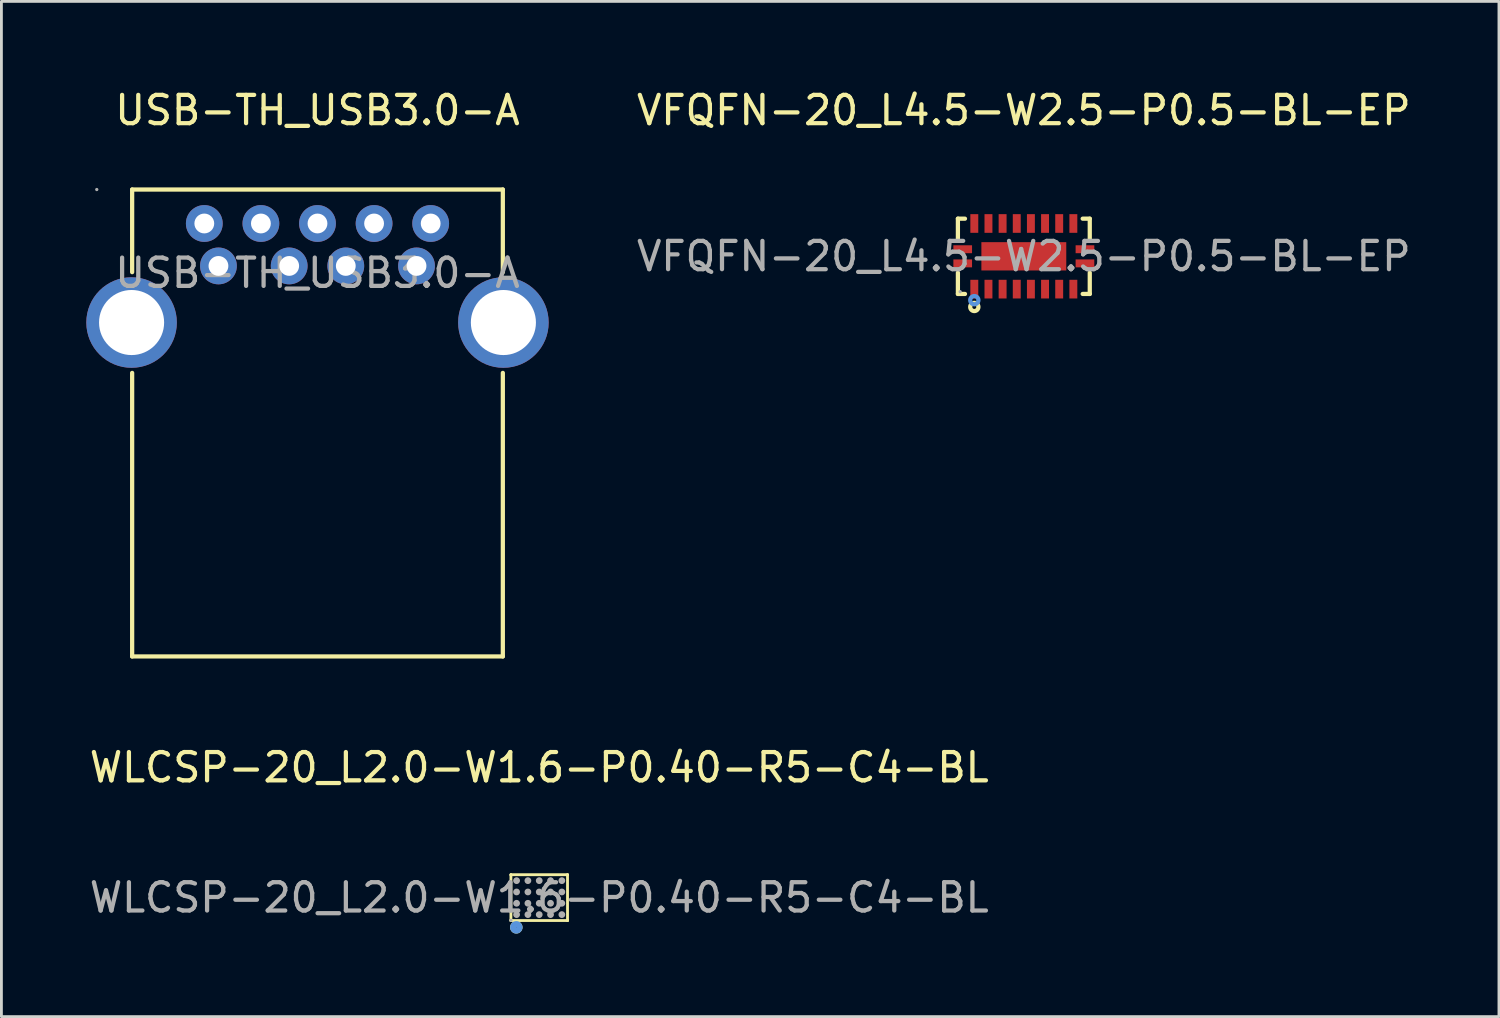
<source format=kicad_pcb>
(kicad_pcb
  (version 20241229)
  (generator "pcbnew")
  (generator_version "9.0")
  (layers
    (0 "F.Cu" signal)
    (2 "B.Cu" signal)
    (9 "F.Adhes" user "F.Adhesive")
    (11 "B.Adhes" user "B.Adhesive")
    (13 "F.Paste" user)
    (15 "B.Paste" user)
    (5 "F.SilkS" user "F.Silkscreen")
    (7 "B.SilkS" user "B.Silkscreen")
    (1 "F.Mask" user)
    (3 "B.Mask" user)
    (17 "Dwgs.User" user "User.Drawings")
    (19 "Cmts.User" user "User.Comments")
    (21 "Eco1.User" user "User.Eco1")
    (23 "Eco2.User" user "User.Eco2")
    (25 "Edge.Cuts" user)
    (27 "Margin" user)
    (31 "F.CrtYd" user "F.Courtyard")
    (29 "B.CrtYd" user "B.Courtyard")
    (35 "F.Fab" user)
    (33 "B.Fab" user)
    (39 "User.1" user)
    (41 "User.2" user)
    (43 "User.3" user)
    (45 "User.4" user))
  (footprint "WLCSP-20_L2.0-W1.6-P0.40-R5-C4-BL"
    (layer "F.Cu")
    (at 16.006 28.672)
    (property "Reference" "WLCSP-20_L2.0-W1.6-P0.40-R5-C4-BL" (at 0 -4.6 0) (layer "F.SilkS") (effects (font (size 1 1) (thickness 0.15))))
    (attr smd)
    (fp_line (start -1 -0.81) (end -1 -0.8) (stroke (width 0.1) (type solid)) (layer "F.SilkS"))
    (fp_line (start -1 -0.81) (end -1 0.81) (stroke (width 0.1) (type solid)) (layer "F.SilkS"))
    (fp_line (start -1 -0.81) (end 1 -0.81) (stroke (width 0.1) (type solid)) (layer "F.SilkS"))
    (fp_line (start -1 0.8) (end -1 0.81) (stroke (width 0.1) (type solid)) (layer "F.SilkS"))
    (fp_line (start -1 0.81) (end 1 0.81) (stroke (width 0.1) (type solid)) (layer "F.SilkS"))
    (fp_line (start 1 -0.81) (end 1 -0.8) (stroke (width 0.1) (type solid)) (layer "F.SilkS"))
    (fp_line (start 1 -0.81) (end 1 0.81) (stroke (width 0.1) (type solid)) (layer "F.SilkS"))
    (fp_line (start 1 0.8) (end 1 0.81) (stroke (width 0.1) (type solid)) (layer "F.SilkS"))
    (fp_circle (center -0.81 1.05) (end -0.74 1.05) (stroke (width 0.15) (type solid)) (fill no) (layer "F.SilkS"))
    (fp_circle (center -0.81 1.05) (end -0.74 1.05) (stroke (width 0.15) (type solid)) (fill no) (layer "Cmts.User"))
    (fp_circle (center -0.81 1.05) (end -0.73 1.05) (stroke (width 0.15) (type solid)) (fill no) (layer "Cmts.User"))
    (fp_circle (center -1 0.8) (end -0.97 0.8) (stroke (width 0.06) (type solid)) (fill no) (layer "F.Fab"))
    (fp_circle (center -0.8 -0.6) (end -0.74 -0.6) (stroke (width 0.12) (type solid)) (fill no) (layer "F.Fab"))
    (fp_circle (center -0.8 -0.2) (end -0.74 -0.2) (stroke (width 0.12) (type solid)) (fill no) (layer "F.Fab"))
    (fp_circle (center -0.8 0.2) (end -0.74 0.2) (stroke (width 0.12) (type solid)) (fill no) (layer "F.Fab"))
    (fp_circle (center -0.8 0.6) (end -0.74 0.6) (stroke (width 0.12) (type solid)) (fill no) (layer "F.Fab"))
    (fp_circle (center -0.4 -0.6) (end -0.34 -0.6) (stroke (width 0.12) (type solid)) (fill no) (layer "F.Fab"))
    (fp_circle (center -0.4 -0.2) (end -0.34 -0.2) (stroke (width 0.12) (type solid)) (fill no) (layer "F.Fab"))
    (fp_circle (center -0.4 0.2) (end -0.34 0.2) (stroke (width 0.12) (type solid)) (fill no) (layer "F.Fab"))
    (fp_circle (center -0.4 0.6) (end -0.34 0.6) (stroke (width 0.12) (type solid)) (fill no) (layer "F.Fab"))
    (fp_circle (center 0 -0.6) (end 0.06 -0.6) (stroke (width 0.12) (type solid)) (fill no) (layer "F.Fab"))
    (fp_circle (center 0 -0.2) (end 0.06 -0.2) (stroke (width 0.12) (type solid)) (fill no) (layer "F.Fab"))
    (fp_circle (center 0 0.2) (end 0.06 0.2) (stroke (width 0.12) (type solid)) (fill no) (layer "F.Fab"))
    (fp_circle (center 0 0.6) (end 0.06 0.6) (stroke (width 0.12) (type solid)) (fill no) (layer "F.Fab"))
    (fp_circle (center 0.4 -0.6) (end 0.46 -0.6) (stroke (width 0.12) (type solid)) (fill no) (layer "F.Fab"))
    (fp_circle (center 0.4 -0.2) (end 0.46 -0.2) (stroke (width 0.12) (type solid)) (fill no) (layer "F.Fab"))
    (fp_circle (center 0.4 0.2) (end 0.46 0.2) (stroke (width 0.12) (type solid)) (fill no) (layer "F.Fab"))
    (fp_circle (center 0.4 0.6) (end 0.46 0.6) (stroke (width 0.12) (type solid)) (fill no) (layer "F.Fab"))
    (fp_circle (center 0.8 -0.6) (end 0.86 -0.6) (stroke (width 0.12) (type solid)) (fill no) (layer "F.Fab"))
    (fp_circle (center 0.8 -0.2) (end 0.86 -0.2) (stroke (width 0.12) (type solid)) (fill no) (layer "F.Fab"))
    (fp_circle (center 0.8 0.2) (end 0.86 0.2) (stroke (width 0.12) (type solid)) (fill no) (layer "F.Fab"))
    (fp_circle (center 0.8 0.6) (end 0.86 0.6) (stroke (width 0.12) (type solid)) (fill no) (layer "F.Fab"))
    (fp_text user "${REFERENCE}" (at 0 0 0) (layer "F.Fab") (effects (font (size 1 1) (thickness 0.15))))
    (pad "A1" smd circle (at -0.8 0.6 90) (size 0.2 0.2) (layers "F.Cu" "F.Mask" "F.Paste"))
    (pad "A2" smd circle (at -0.8 0.2 90) (size 0.2 0.2) (layers "F.Cu" "F.Mask" "F.Paste"))
    (pad "A3" smd circle (at -0.8 -0.2 90) (size 0.2 0.2) (layers "F.Cu" "F.Mask" "F.Paste"))
    (pad "A4" smd circle (at -0.8 -0.6 90) (size 0.2 0.2) (layers "F.Cu" "F.Mask" "F.Paste"))
    (pad "B1" smd circle (at -0.4 0.6 90) (size 0.2 0.2) (layers "F.Cu" "F.Mask" "F.Paste"))
    (pad "B2" smd circle (at -0.4 0.2 90) (size 0.2 0.2) (layers "F.Cu" "F.Mask" "F.Paste"))
    (pad "B3" smd circle (at -0.4 -0.2 90) (size 0.2 0.2) (layers "F.Cu" "F.Mask" "F.Paste"))
    (pad "B4" smd circle (at -0.4 -0.6 90) (size 0.2 0.2) (layers "F.Cu" "F.Mask" "F.Paste"))
    (pad "C1" smd circle (at 0 0.6 90) (size 0.2 0.2) (layers "F.Cu" "F.Mask" "F.Paste"))
    (pad "C2" smd circle (at 0 0.2 90) (size 0.2 0.2) (layers "F.Cu" "F.Mask" "F.Paste"))
    (pad "C3" smd circle (at 0 -0.2 90) (size 0.2 0.2) (layers "F.Cu" "F.Mask" "F.Paste"))
    (pad "C4" smd circle (at 0 -0.6 90) (size 0.2 0.2) (layers "F.Cu" "F.Mask" "F.Paste"))
    (pad "D1" smd circle (at 0.4 0.6 90) (size 0.2 0.2) (layers "F.Cu" "F.Mask" "F.Paste"))
    (pad "D2" smd circle (at 0.4 0.2 90) (size 0.2 0.2) (layers "F.Cu" "F.Mask" "F.Paste"))
    (pad "D3" smd circle (at 0.4 -0.2 90) (size 0.2 0.2) (layers "F.Cu" "F.Mask" "F.Paste"))
    (pad "D4" smd circle (at 0.4 -0.6 90) (size 0.2 0.2) (layers "F.Cu" "F.Mask" "F.Paste"))
    (pad "E1" smd circle (at 0.8 0.6 90) (size 0.2 0.2) (layers "F.Cu" "F.Mask" "F.Paste"))
    (pad "E2" smd circle (at 0.8 0.2 90) (size 0.2 0.2) (layers "F.Cu" "F.Mask" "F.Paste"))
    (pad "E3" smd circle (at 0.8 -0.2 90) (size 0.2 0.2) (layers "F.Cu" "F.Mask" "F.Paste"))
    (pad "E4" smd circle (at 0.8 -0.6 90) (size 0.2 0.2) (layers "F.Cu" "F.Mask" "F.Paste")))
  (footprint "VFQFN-20_L4.5-W2.5-P0.5-BL-EP"
    (layer "F.Cu")
    (at 33.132 6.008)
    (property "Reference" "VFQFN-20_L4.5-W2.5-P0.5-BL-EP" (at 0 -5.16 0) (layer "F.SilkS") (effects (font (size 1 1) (thickness 0.15))))
    (attr smd)
    (fp_line (start -2.33 -1.33) (end -2.08 -1.33) (stroke (width 0.15) (type solid)) (layer "F.SilkS"))
    (fp_line (start -2.33 -0.58) (end -2.33 -1.33) (stroke (width 0.15) (type solid)) (layer "F.SilkS"))
    (fp_line (start -2.33 0.58) (end -2.33 1.33) (stroke (width 0.15) (type solid)) (layer "F.SilkS"))
    (fp_line (start -2.33 1.33) (end -2.08 1.33) (stroke (width 0.15) (type solid)) (layer "F.SilkS"))
    (fp_line (start 2.33 -1.33) (end 2.08 -1.33) (stroke (width 0.15) (type solid)) (layer "F.SilkS"))
    (fp_line (start 2.33 -0.58) (end 2.33 -1.33) (stroke (width 0.15) (type solid)) (layer "F.SilkS"))
    (fp_line (start 2.33 0.58) (end 2.33 1.33) (stroke (width 0.15) (type solid)) (layer "F.SilkS"))
    (fp_line (start 2.33 1.33) (end 2.08 1.33) (stroke (width 0.15) (type solid)) (layer "F.SilkS"))
    (fp_circle (center -1.75 1.79) (end -1.68 1.79) (stroke (width 0.15) (type solid)) (fill no) (layer "F.SilkS"))
    (fp_circle (center -1.75 1.55) (end -1.68 1.55) (stroke (width 0.15) (type solid)) (fill no) (layer "Cmts.User"))
    (fp_circle (center -2.25 1.25) (end -2.22 1.25) (stroke (width 0.06) (type solid)) (fill no) (layer "F.Fab"))
    (fp_text user "${REFERENCE}" (at 0 0 0) (layer "F.Fab") (effects (font (size 1 1) (thickness 0.15))))
    (pad "1" smd rect (at -1.75 1.16) (size 0.28 0.66) (layers "F.Cu" "F.Mask" "F.Paste"))
    (pad "2" smd rect (at -1.25 1.16) (size 0.28 0.66) (layers "F.Cu" "F.Mask" "F.Paste"))
    (pad "3" smd rect (at -0.75 1.16) (size 0.28 0.66) (layers "F.Cu" "F.Mask" "F.Paste"))
    (pad "4" smd rect (at -0.25 1.16) (size 0.28 0.66) (layers "F.Cu" "F.Mask" "F.Paste"))
    (pad "5" smd rect (at 0.25 1.16) (size 0.28 0.66) (layers "F.Cu" "F.Mask" "F.Paste"))
    (pad "6" smd rect (at 0.75 1.16) (size 0.28 0.66) (layers "F.Cu" "F.Mask" "F.Paste"))
    (pad "7" smd rect (at 1.25 1.16) (size 0.28 0.66) (layers "F.Cu" "F.Mask" "F.Paste"))
    (pad "8" smd rect (at 1.75 1.16) (size 0.28 0.66) (layers "F.Cu" "F.Mask" "F.Paste"))
    (pad "9" smd rect (at 2.16 0.25) (size 0.66 0.28) (layers "F.Cu" "F.Mask" "F.Paste"))
    (pad "10" smd rect (at 2.16 -0.25) (size 0.66 0.28) (layers "F.Cu" "F.Mask" "F.Paste"))
    (pad "11" smd rect (at 1.75 -1.16) (size 0.28 0.66) (layers "F.Cu" "F.Mask" "F.Paste"))
    (pad "12" smd rect (at 1.25 -1.16) (size 0.28 0.66) (layers "F.Cu" "F.Mask" "F.Paste"))
    (pad "13" smd rect (at 0.75 -1.16) (size 0.28 0.66) (layers "F.Cu" "F.Mask" "F.Paste"))
    (pad "14" smd rect (at 0.25 -1.16) (size 0.28 0.66) (layers "F.Cu" "F.Mask" "F.Paste"))
    (pad "15" smd rect (at -0.25 -1.16) (size 0.28 0.66) (layers "F.Cu" "F.Mask" "F.Paste"))
    (pad "16" smd rect (at -0.75 -1.16) (size 0.28 0.66) (layers "F.Cu" "F.Mask" "F.Paste"))
    (pad "17" smd rect (at -1.25 -1.16) (size 0.28 0.66) (layers "F.Cu" "F.Mask" "F.Paste"))
    (pad "18" smd rect (at -1.75 -1.16) (size 0.28 0.66) (layers "F.Cu" "F.Mask" "F.Paste"))
    (pad "19" smd rect (at -2.16 -0.25) (size 0.66 0.28) (layers "F.Cu" "F.Mask" "F.Paste"))
    (pad "20" smd rect (at -2.16 0.25) (size 0.66 0.28) (layers "F.Cu" "F.Mask" "F.Paste"))
    (pad "21" smd rect (at 0 0) (size 3 1) (layers "F.Cu" "F.Mask" "F.Paste")))
  (footprint "USB-TH_USB3.0-A"
    (layer "F.Cu")
    (at 8.17 6.598)
    (property "Reference" "USB-TH_USB3.0-A" (at 0 -5.75 0) (layer "F.SilkS") (effects (font (size 1 1) (thickness 0.15))))
    (attr through_hole)
    (fp_line (start -6.55 -0.03) (end -6.55 -2.95) (stroke (width 0.15) (type solid)) (layer "F.SilkS"))
    (fp_line (start -6.55 13.55) (end -6.55 3.53) (stroke (width 0.15) (type solid)) (layer "F.SilkS"))
    (fp_line (start -6.55 13.55) (end 6.55 13.55) (stroke (width 0.15) (type solid)) (layer "F.SilkS"))
    (fp_line (start 6.55 -2.95) (end -6.55 -2.95) (stroke (width 0.15) (type solid)) (layer "F.SilkS"))
    (fp_line (start 6.55 -2.95) (end 6.55 -0.03) (stroke (width 0.15) (type solid)) (layer "F.SilkS"))
    (fp_line (start 6.55 3.53) (end 6.55 13.55) (stroke (width 0.15) (type solid)) (layer "F.SilkS"))
    (fp_circle (center -7.8 -2.95) (end -7.77 -2.95) (stroke (width 0.06) (type solid)) (fill no) (layer "F.Fab"))
    (fp_text user "${REFERENCE}" (at 0 0 0) (layer "F.Fab") (effects (font (size 1 1) (thickness 0.15))))
    (pad "1" thru_hole circle (at -3.5 -0.25) (size 1.3 1.3) (drill 0.7) (layers "*.Cu" "*.Mask"))
    (pad "2" thru_hole circle (at -1 -0.25) (size 1.3 1.3) (drill 0.7) (layers "*.Cu" "*.Mask"))
    (pad "3" thru_hole circle (at 1 -0.25) (size 1.3 1.3) (drill 0.7) (layers "*.Cu" "*.Mask"))
    (pad "4" thru_hole circle (at 3.5 -0.25) (size 1.3 1.3) (drill 0.7) (layers "*.Cu" "*.Mask"))
    (pad "5" thru_hole circle (at 4 -1.75) (size 1.3 1.3) (drill 0.7) (layers "*.Cu" "*.Mask"))
    (pad "6" thru_hole circle (at 2 -1.75) (size 1.3 1.3) (drill 0.7) (layers "*.Cu" "*.Mask"))
    (pad "7" thru_hole circle (at 0 -1.75) (size 1.3 1.3) (drill 0.7) (layers "*.Cu" "*.Mask"))
    (pad "8" thru_hole circle (at -2 -1.75) (size 1.3 1.3) (drill 0.7) (layers "*.Cu" "*.Mask"))
    (pad "9" thru_hole circle (at -4 -1.75) (size 1.3 1.3) (drill 0.7) (layers "*.Cu" "*.Mask"))
    (pad "10" thru_hole circle (at -6.57 1.75) (size 3.2 3.2) (drill 2.3) (layers "*.Cu" "*.Mask"))
    (pad "10" thru_hole circle (at 6.57 1.75) (size 3.2 3.2) (drill 2.3) (layers "*.Cu" "*.Mask")))
  (gr_rect
    (start -3 -3)
    (end 49.923 32.877)
    (stroke (width 0.1) (type default))
    (fill no)
    (layer "Edge.Cuts")))
</source>
